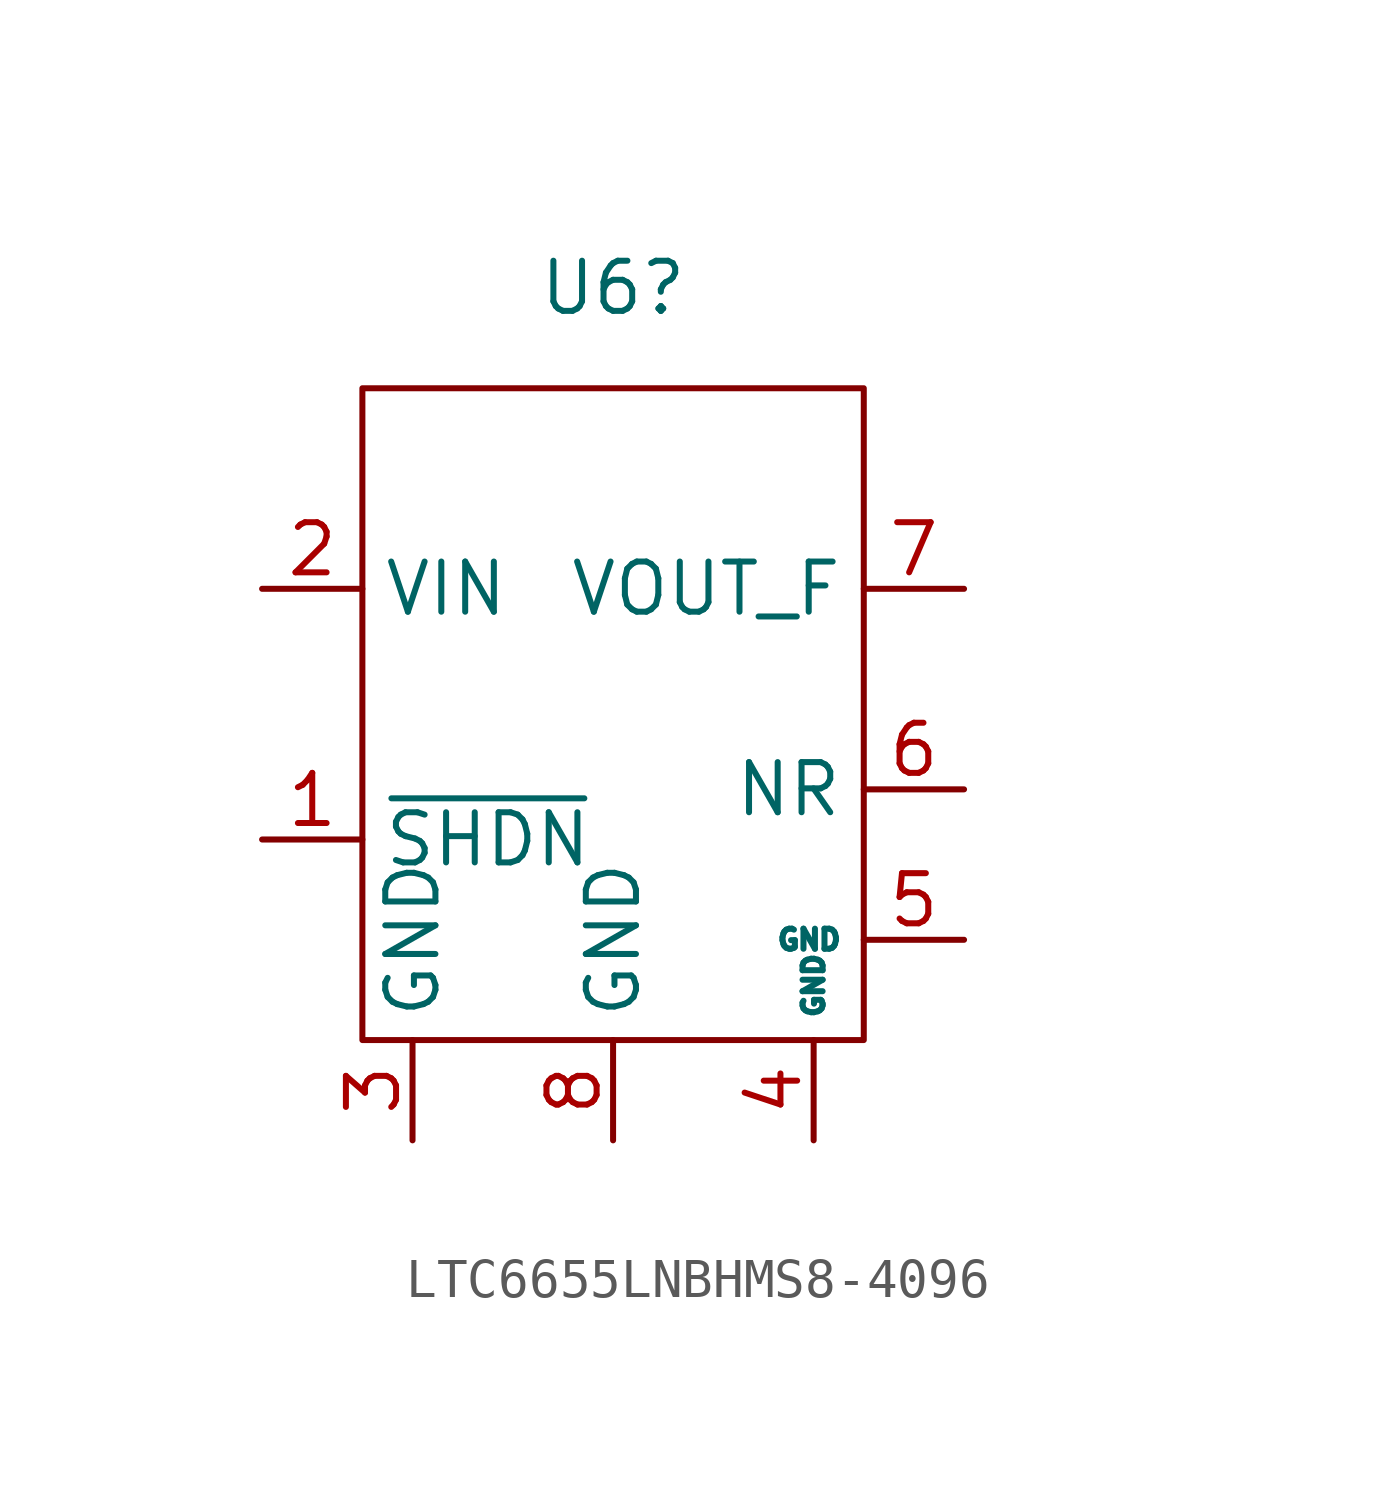
<source format=kicad_sym>
(kicad_symbol_lib
  (version 20241209)
  (generator "kicad_symbol_editor")
  (generator_version "9.0")
  (symbol "LTC6655LNBHMS8-4096"
    (property "Reference" "U6"
      (at -12.7 10.16 0)
      (effects (font (size 1.27 1.27))))
    (property "Value" ""
      (at 0.635 3.175 0)
      (effects (font (size 1.27 1.27))))
    (symbol "LTC6655LNBHMS8-4096_0_1"
      (rectangle (start -19.05 7.62) (end -6.35 -8.89) (stroke (width 0) (type default)) (fill (type none))))
    (symbol "LTC6655LNBHMS8-4096_1_1"
      (pin input line (at -21.59 2.54 0) (length 2.54) (name "VIN" (effects (font (size 1.27 1.27)))) (number "2" (effects (font (size 1.27 1.27)))))
      (pin input line (at -21.59 -3.81 0) (length 2.54) (name "~{SHDN}" (effects (font (size 1.27 1.27)))) (number "1" (effects (font (size 1.27 1.27)))))
      (pin passive line (at -17.78 -11.43 90) (length 2.54) (name "GND" (effects (font (size 1.27 1.27)))) (number "3" (effects (font (size 1.27 1.27)))))
      (pin passive line (at -12.7 -11.43 90) (length 2.54) (name "GND" (effects (font (size 1.27 1.27)))) (number "8" (effects (font (size 1.27 1.27)))))
      (pin passive line (at -7.62 -11.43 90) (length 2.54) (name "GND" (effects (font (size 0.508 0.508)))) (number "4" (effects (font (size 1.27 1.27)))))
      (pin output line (at -3.81 2.54 180) (length 2.54) (name "VOUT_F" (effects (font (size 1.27 1.27)))) (number "7" (effects (font (size 1.27 1.27)))))
      (pin output line (at -3.81 -2.54 180) (length 2.54) (name "NR" (effects (font (size 1.27 1.27)))) (number "6" (effects (font (size 1.27 1.27)))))
      (pin passive line (at -3.81 -6.35 180) (length 2.54) (name "GND" (effects (font (size 0.508 0.508)))) (number "5" (effects (font (size 1.27 1.27))))))))
</source>
